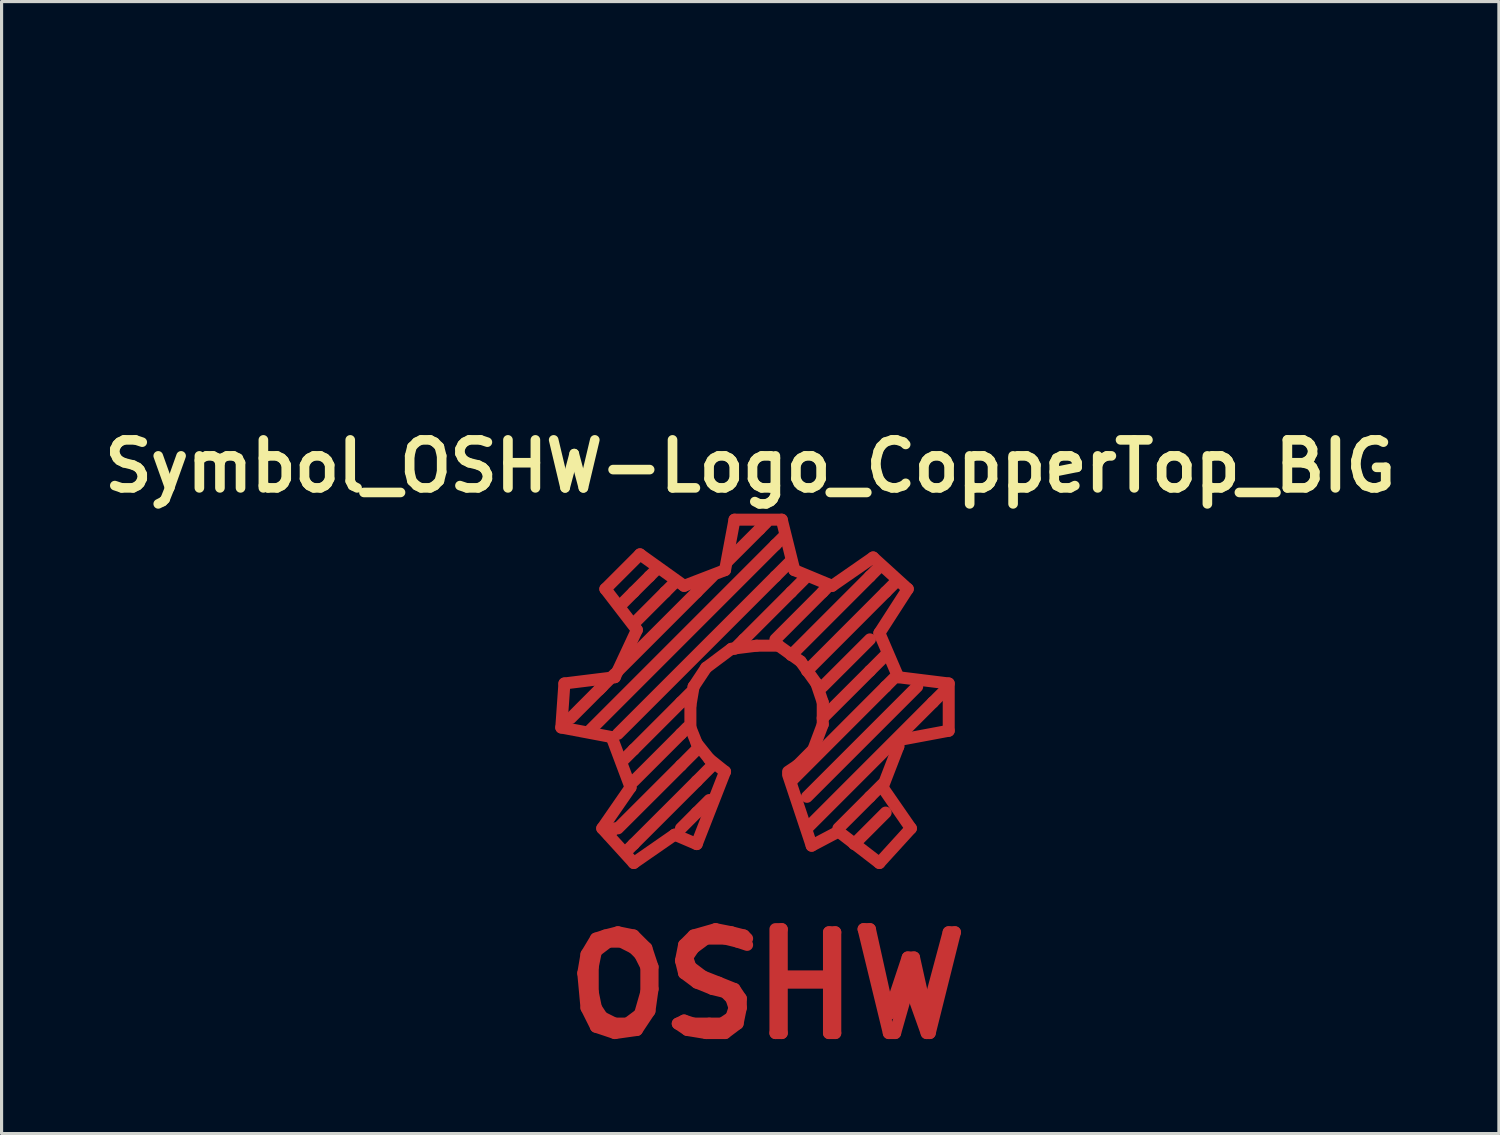
<source format=kicad_pcb>
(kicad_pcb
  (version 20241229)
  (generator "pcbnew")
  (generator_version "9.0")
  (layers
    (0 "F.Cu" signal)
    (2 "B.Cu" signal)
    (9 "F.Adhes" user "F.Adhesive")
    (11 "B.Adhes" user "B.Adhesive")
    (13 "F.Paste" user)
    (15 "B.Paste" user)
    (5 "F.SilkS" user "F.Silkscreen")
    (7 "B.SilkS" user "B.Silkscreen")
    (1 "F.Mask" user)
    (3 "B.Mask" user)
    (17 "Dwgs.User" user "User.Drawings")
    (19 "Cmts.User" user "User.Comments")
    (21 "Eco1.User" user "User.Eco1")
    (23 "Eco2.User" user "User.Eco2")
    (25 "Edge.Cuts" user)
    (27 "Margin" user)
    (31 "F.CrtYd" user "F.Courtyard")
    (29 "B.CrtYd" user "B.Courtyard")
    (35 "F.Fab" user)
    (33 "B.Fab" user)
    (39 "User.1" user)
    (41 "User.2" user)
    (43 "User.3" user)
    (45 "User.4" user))
  (footprint "Symbol_OSHW-Logo_CopperTop_BIG"
    (layer "F.Cu")
    (at 21.07 0.25)
    (property "Reference" "Symbol_OSHW-Logo_CopperTop_BIG" (at -0.3 11.501 0) (layer "F.SilkS") (effects (font (size 1.524 1.524) (thickness 0.305))))
    (attr through_hole)
    (fp_line (start -6.299 19.799) (end -4.699 20.102) (stroke (width 0.381) (type solid)) (layer "F.Cu"))
    (fp_line (start -6.2 18.4) (end -6.299 19.799) (stroke (width 0.381) (type solid)) (layer "F.Cu"))
    (fp_line (start -5.601 27.6) (end -5.499 28.699) (stroke (width 0.381) (type solid)) (layer "F.Cu"))
    (fp_line (start -5.499 27) (end -5.601 27.6) (stroke (width 0.381) (type solid)) (layer "F.Cu"))
    (fp_line (start -5.499 28.699) (end -5.199 29.299) (stroke (width 0.381) (type solid)) (layer "F.Cu"))
    (fp_line (start -5.301 27.399) (end -5.301 28.199) (stroke (width 0.381) (type solid)) (layer "F.Cu"))
    (fp_line (start -5.301 28.199) (end -5.199 28.699) (stroke (width 0.381) (type solid)) (layer "F.Cu"))
    (fp_line (start -5.199 26.5) (end -5.499 27) (stroke (width 0.381) (type solid)) (layer "F.Cu"))
    (fp_line (start -5.199 26.901) (end -5.301 27.399) (stroke (width 0.381) (type solid)) (layer "F.Cu"))
    (fp_line (start -5.199 28.699) (end -5.001 28.999) (stroke (width 0.381) (type solid)) (layer "F.Cu"))
    (fp_line (start -5.199 29.299) (end -4.6 29.5) (stroke (width 0.381) (type solid)) (layer "F.Cu"))
    (fp_line (start -5.1 18.6) (end -4.6 18.1) (stroke (width 0.381) (type solid)) (layer "F.Cu"))
    (fp_line (start -5.001 18.499) (end -5.999 19.5) (stroke (width 0.381) (type solid)) (layer "F.Cu"))
    (fp_line (start -5.001 28.999) (end -4.6 29.2) (stroke (width 0.381) (type solid)) (layer "F.Cu"))
    (fp_line (start -4.999 23) (end -3.998 24.1) (stroke (width 0.381) (type solid)) (layer "F.Cu"))
    (fp_line (start -4.9 15.4) (end -3.899 16.701) (stroke (width 0.381) (type solid)) (layer "F.Cu"))
    (fp_line (start -4.9 26.401) (end -5.199 26.5) (stroke (width 0.381) (type solid)) (layer "F.Cu"))
    (fp_line (start -4.801 26.599) (end -5.199 26.901) (stroke (width 0.381) (type solid)) (layer "F.Cu"))
    (fp_line (start -4.699 20.102) (end -4.1 21.699) (stroke (width 0.381) (type solid)) (layer "F.Cu"))
    (fp_line (start -4.6 18.202) (end -6.2 18.4) (stroke (width 0.381) (type solid)) (layer "F.Cu"))
    (fp_line (start -4.6 23) (end -4.801 23.2) (stroke (width 0.381) (type solid)) (layer "F.Cu"))
    (fp_line (start -4.6 29.2) (end -4.201 29.2) (stroke (width 0.381) (type solid)) (layer "F.Cu"))
    (fp_line (start -4.6 29.5) (end -3.899 29.401) (stroke (width 0.381) (type solid)) (layer "F.Cu"))
    (fp_line (start -4.501 26.299) (end -4.9 26.401) (stroke (width 0.381) (type solid)) (layer "F.Cu"))
    (fp_line (start -4.501 26.599) (end -4.801 26.599) (stroke (width 0.381) (type solid)) (layer "F.Cu"))
    (fp_line (start -4.201 29.2) (end -3.8 28.9) (stroke (width 0.381) (type solid)) (layer "F.Cu"))
    (fp_line (start -4.1 21.699) (end -4.999 23) (stroke (width 0.381) (type solid)) (layer "F.Cu"))
    (fp_line (start -4 15.499) (end -4.399 15.9) (stroke (width 0.381) (type solid)) (layer "F.Cu"))
    (fp_line (start -4 20.5) (end -4.3 20.8) (stroke (width 0.381) (type solid)) (layer "F.Cu"))
    (fp_line (start -4 23.5) (end -4.201 23.701) (stroke (width 0.381) (type solid)) (layer "F.Cu"))
    (fp_line (start -4 26.401) (end -4.501 26.299) (stroke (width 0.381) (type solid)) (layer "F.Cu"))
    (fp_line (start -4 26.8) (end -4.399 26.599) (stroke (width 0.381) (type solid)) (layer "F.Cu"))
    (fp_line (start -3.998 24.1) (end -2.7 23.2) (stroke (width 0.381) (type solid)) (layer "F.Cu"))
    (fp_line (start -3.899 16.701) (end -4.6 18.202) (stroke (width 0.381) (type solid)) (layer "F.Cu"))
    (fp_line (start -3.899 29.401) (end -3.5 28.801) (stroke (width 0.381) (type solid)) (layer "F.Cu"))
    (fp_line (start -3.8 14.3) (end -4.9 15.4) (stroke (width 0.381) (type solid)) (layer "F.Cu"))
    (fp_line (start -3.8 27) (end -4 26.8) (stroke (width 0.381) (type solid)) (layer "F.Cu"))
    (fp_line (start -3.8 28.9) (end -3.599 28.199) (stroke (width 0.381) (type solid)) (layer "F.Cu"))
    (fp_line (start -3.599 26.8) (end -4 26.401) (stroke (width 0.381) (type solid)) (layer "F.Cu"))
    (fp_line (start -3.599 27.399) (end -3.8 27) (stroke (width 0.381) (type solid)) (layer "F.Cu"))
    (fp_line (start -3.599 28.199) (end -3.599 27.399) (stroke (width 0.381) (type solid)) (layer "F.Cu"))
    (fp_line (start -3.5 15.001) (end -4 15.499) (stroke (width 0.381) (type solid)) (layer "F.Cu"))
    (fp_line (start -3.5 15.001) (end -3.299 14.801) (stroke (width 0.381) (type solid)) (layer "F.Cu"))
    (fp_line (start -3.5 28.801) (end -3.401 28.1) (stroke (width 0.381) (type solid)) (layer "F.Cu"))
    (fp_line (start -3.401 27.399) (end -3.599 26.8) (stroke (width 0.381) (type solid)) (layer "F.Cu"))
    (fp_line (start -3.401 28.1) (end -3.401 27.399) (stroke (width 0.381) (type solid)) (layer "F.Cu"))
    (fp_line (start -3 15.499) (end -4 16.5) (stroke (width 0.381) (type solid)) (layer "F.Cu"))
    (fp_line (start -3 15.499) (end -2.7 15.199) (stroke (width 0.381) (type solid)) (layer "F.Cu"))
    (fp_line (start -2.7 23.2) (end -1.999 23.5) (stroke (width 0.381) (type solid)) (layer "F.Cu"))
    (fp_line (start -2.601 29.2) (end -2.301 29.401) (stroke (width 0.381) (type solid)) (layer "F.Cu"))
    (fp_line (start -2.499 18.999) (end -4 20.5) (stroke (width 0.381) (type solid)) (layer "F.Cu"))
    (fp_line (start -2.499 18.999) (end -2.2 18.699) (stroke (width 0.381) (type solid)) (layer "F.Cu"))
    (fp_line (start -2.499 20) (end -4 21.501) (stroke (width 0.381) (type solid)) (layer "F.Cu"))
    (fp_line (start -2.499 20) (end -2.301 19.799) (stroke (width 0.381) (type solid)) (layer "F.Cu"))
    (fp_line (start -2.499 21.001) (end -4.501 23) (stroke (width 0.381) (type solid)) (layer "F.Cu"))
    (fp_line (start -2.499 21.001) (end -1.999 20.5) (stroke (width 0.381) (type solid)) (layer "F.Cu"))
    (fp_line (start -2.499 27.201) (end -2.4 27.6) (stroke (width 0.381) (type solid)) (layer "F.Cu"))
    (fp_line (start -2.4 15.301) (end -3.8 14.3) (stroke (width 0.381) (type solid)) (layer "F.Cu"))
    (fp_line (start -2.4 26.7) (end -2.499 27.201) (stroke (width 0.381) (type solid)) (layer "F.Cu"))
    (fp_line (start -2.4 27.6) (end -1.999 27.899) (stroke (width 0.381) (type solid)) (layer "F.Cu"))
    (fp_line (start -2.4 29.101) (end -2.601 29.2) (stroke (width 0.381) (type solid)) (layer "F.Cu"))
    (fp_line (start -2.301 27.099) (end -2.101 26.8) (stroke (width 0.381) (type solid)) (layer "F.Cu"))
    (fp_line (start -2.301 29.401) (end -1.699 29.5) (stroke (width 0.381) (type solid)) (layer "F.Cu"))
    (fp_line (start -2.2 19.101) (end -2.098 18.501) (stroke (width 0.381) (type solid)) (layer "F.Cu"))
    (fp_line (start -2.2 19.799) (end -2.2 19.101) (stroke (width 0.381) (type solid)) (layer "F.Cu"))
    (fp_line (start -2.2 27.399) (end -2.301 27.099) (stroke (width 0.381) (type solid)) (layer "F.Cu"))
    (fp_line (start -2.101 26.401) (end -2.4 26.7) (stroke (width 0.381) (type solid)) (layer "F.Cu"))
    (fp_line (start -2.101 26.8) (end -1.699 26.5) (stroke (width 0.381) (type solid)) (layer "F.Cu"))
    (fp_line (start -2.101 29.2) (end -2.4 29.101) (stroke (width 0.381) (type solid)) (layer "F.Cu"))
    (fp_line (start -2.098 18.501) (end -1.699 17.899) (stroke (width 0.381) (type solid)) (layer "F.Cu"))
    (fp_line (start -1.999 15.499) (end -4.501 18.001) (stroke (width 0.381) (type solid)) (layer "F.Cu"))
    (fp_line (start -1.999 15.499) (end -1.501 15.001) (stroke (width 0.381) (type solid)) (layer "F.Cu"))
    (fp_line (start -1.999 20.3) (end -2.2 19.799) (stroke (width 0.381) (type solid)) (layer "F.Cu"))
    (fp_line (start -1.999 21.501) (end -4 23.5) (stroke (width 0.381) (type solid)) (layer "F.Cu"))
    (fp_line (start -1.999 21.501) (end -1.501 21.001) (stroke (width 0.381) (type solid)) (layer "F.Cu"))
    (fp_line (start -1.999 22.499) (end -2.499 23) (stroke (width 0.381) (type solid)) (layer "F.Cu"))
    (fp_line (start -1.999 22.499) (end -1.6 22.101) (stroke (width 0.381) (type solid)) (layer "F.Cu"))
    (fp_line (start -1.999 23.5) (end -1.1 21.201) (stroke (width 0.381) (type solid)) (layer "F.Cu"))
    (fp_line (start -1.999 27.899) (end -1.501 28.1) (stroke (width 0.381) (type solid)) (layer "F.Cu"))
    (fp_line (start -1.801 27.701) (end -2.2 27.399) (stroke (width 0.381) (type solid)) (layer "F.Cu"))
    (fp_line (start -1.699 17.899) (end -0.899 17.3) (stroke (width 0.381) (type solid)) (layer "F.Cu"))
    (fp_line (start -1.699 26.5) (end -1.1 26.5) (stroke (width 0.381) (type solid)) (layer "F.Cu"))
    (fp_line (start -1.699 29.5) (end -1.1 29.5) (stroke (width 0.381) (type solid)) (layer "F.Cu"))
    (fp_line (start -1.6 20.8) (end -1.999 20.3) (stroke (width 0.381) (type solid)) (layer "F.Cu"))
    (fp_line (start -1.6 29.2) (end -2.101 29.2) (stroke (width 0.381) (type solid)) (layer "F.Cu"))
    (fp_line (start -1.501 28.1) (end -1.1 28.199) (stroke (width 0.381) (type solid)) (layer "F.Cu"))
    (fp_line (start -1.4 26.2) (end -2.101 26.401) (stroke (width 0.381) (type solid)) (layer "F.Cu"))
    (fp_line (start -1.3 27.899) (end -1.801 27.701) (stroke (width 0.381) (type solid)) (layer "F.Cu"))
    (fp_line (start -1.199 29.2) (end -1.6 29.2) (stroke (width 0.381) (type solid)) (layer "F.Cu"))
    (fp_line (start -1.1 14.801) (end -2.4 15.301) (stroke (width 0.381) (type solid)) (layer "F.Cu"))
    (fp_line (start -1.1 21.201) (end -1.6 20.8) (stroke (width 0.381) (type solid)) (layer "F.Cu"))
    (fp_line (start -1.1 26.5) (end -0.701 26.599) (stroke (width 0.381) (type solid)) (layer "F.Cu"))
    (fp_line (start -1.1 28.199) (end -0.899 28.4) (stroke (width 0.381) (type solid)) (layer "F.Cu"))
    (fp_line (start -1.1 29.5) (end -0.701 29.2) (stroke (width 0.381) (type solid)) (layer "F.Cu"))
    (fp_line (start -0.899 17.3) (end -0.099 17.201) (stroke (width 0.381) (type solid)) (layer "F.Cu"))
    (fp_line (start -0.899 26.299) (end -1.4 26.2) (stroke (width 0.381) (type solid)) (layer "F.Cu"))
    (fp_line (start -0.899 28.4) (end -0.8 28.699) (stroke (width 0.381) (type solid)) (layer "F.Cu"))
    (fp_line (start -0.899 28.999) (end -1.199 29.2) (stroke (width 0.381) (type solid)) (layer "F.Cu"))
    (fp_line (start -0.8 13.2) (end -1.1 14.801) (stroke (width 0.381) (type solid)) (layer "F.Cu"))
    (fp_line (start -0.8 28.1) (end -1.3 27.899) (stroke (width 0.381) (type solid)) (layer "F.Cu"))
    (fp_line (start -0.8 28.699) (end -0.899 28.999) (stroke (width 0.381) (type solid)) (layer "F.Cu"))
    (fp_line (start -0.701 26.599) (end -0.399 26.7) (stroke (width 0.381) (type solid)) (layer "F.Cu"))
    (fp_line (start -0.701 29.2) (end -0.599 28.699) (stroke (width 0.381) (type solid)) (layer "F.Cu"))
    (fp_line (start -0.599 28.4) (end -0.8 28.1) (stroke (width 0.381) (type solid)) (layer "F.Cu"))
    (fp_line (start -0.599 28.699) (end -0.599 28.4) (stroke (width 0.381) (type solid)) (layer "F.Cu"))
    (fp_line (start -0.5 17) (end -0.8 17.3) (stroke (width 0.381) (type solid)) (layer "F.Cu"))
    (fp_line (start -0.5 26.401) (end -0.899 26.299) (stroke (width 0.381) (type solid)) (layer "F.Cu"))
    (fp_line (start -0.399 26.5) (end -0.5 26.401) (stroke (width 0.381) (type solid)) (layer "F.Cu"))
    (fp_line (start -0.099 17.201) (end 0.602 17.201) (stroke (width 0.381) (type solid)) (layer "F.Cu"))
    (fp_line (start 0 13.5) (end -1.001 14.501) (stroke (width 0.381) (type solid)) (layer "F.Cu"))
    (fp_line (start 0 13.5) (end 0.201 13.299) (stroke (width 0.381) (type solid)) (layer "F.Cu"))
    (fp_line (start 0.5 14) (end -5.4 19.901) (stroke (width 0.381) (type solid)) (layer "F.Cu"))
    (fp_line (start 0.5 14) (end 0.8 13.701) (stroke (width 0.381) (type solid)) (layer "F.Cu"))
    (fp_line (start 0.5 15.001) (end -4.501 20) (stroke (width 0.381) (type solid)) (layer "F.Cu"))
    (fp_line (start 0.5 15.001) (end 1.001 14.501) (stroke (width 0.381) (type solid)) (layer "F.Cu"))
    (fp_line (start 0.5 26.2) (end 0.5 29.5) (stroke (width 0.381) (type solid)) (layer "F.Cu"))
    (fp_line (start 0.5 29.5) (end 0.701 29.5) (stroke (width 0.381) (type solid)) (layer "F.Cu"))
    (fp_line (start 0.599 27.701) (end 2.101 27.701) (stroke (width 0.381) (type solid)) (layer "F.Cu"))
    (fp_line (start 0.602 17.201) (end 1.3 17.701) (stroke (width 0.381) (type solid)) (layer "F.Cu"))
    (fp_line (start 0.701 13.2) (end -0.8 13.2) (stroke (width 0.381) (type solid)) (layer "F.Cu"))
    (fp_line (start 0.701 26.2) (end 0.599 26.2) (stroke (width 0.381) (type solid)) (layer "F.Cu"))
    (fp_line (start 0.701 29.5) (end 0.701 26.2) (stroke (width 0.381) (type solid)) (layer "F.Cu"))
    (fp_line (start 0.902 21.3) (end 1.651 23.551) (stroke (width 0.381) (type solid)) (layer "F.Cu"))
    (fp_line (start 1.001 15.499) (end -0.5 17) (stroke (width 0.381) (type solid)) (layer "F.Cu"))
    (fp_line (start 1.001 15.499) (end 1.4 15.1) (stroke (width 0.381) (type solid)) (layer "F.Cu"))
    (fp_line (start 1.1 14.801) (end 0.701 13.2) (stroke (width 0.381) (type solid)) (layer "F.Cu"))
    (fp_line (start 1.201 21.001) (end 0.902 21.201) (stroke (width 0.381) (type solid)) (layer "F.Cu"))
    (fp_line (start 1.3 17.701) (end 1.801 18.4) (stroke (width 0.381) (type solid)) (layer "F.Cu"))
    (fp_line (start 1.651 23.551) (end 2.502 23.101) (stroke (width 0.381) (type solid)) (layer "F.Cu"))
    (fp_line (start 1.702 20.5) (end 1.201 21.001) (stroke (width 0.381) (type solid)) (layer "F.Cu"))
    (fp_line (start 1.801 18.4) (end 2.002 18.999) (stroke (width 0.381) (type solid)) (layer "F.Cu"))
    (fp_line (start 1.999 15.499) (end 0.5 17) (stroke (width 0.381) (type solid)) (layer "F.Cu"))
    (fp_line (start 1.999 15.499) (end 2.101 15.4) (stroke (width 0.381) (type solid)) (layer "F.Cu"))
    (fp_line (start 2.002 18.999) (end 2.002 19.7) (stroke (width 0.381) (type solid)) (layer "F.Cu"))
    (fp_line (start 2.002 19.7) (end 1.702 20.5) (stroke (width 0.381) (type solid)) (layer "F.Cu"))
    (fp_line (start 2.101 27.701) (end 2.101 27.899) (stroke (width 0.381) (type solid)) (layer "F.Cu"))
    (fp_line (start 2.101 27.899) (end 0.701 27.899) (stroke (width 0.381) (type solid)) (layer "F.Cu"))
    (fp_line (start 2.2 26.299) (end 2.2 29.5) (stroke (width 0.381) (type solid)) (layer "F.Cu"))
    (fp_line (start 2.2 29.5) (end 2.4 29.5) (stroke (width 0.381) (type solid)) (layer "F.Cu"))
    (fp_line (start 2.301 15.301) (end 1.1 14.801) (stroke (width 0.381) (type solid)) (layer "F.Cu"))
    (fp_line (start 2.4 26.299) (end 2.2 26.299) (stroke (width 0.381) (type solid)) (layer "F.Cu"))
    (fp_line (start 2.4 29.5) (end 2.4 26.299) (stroke (width 0.381) (type solid)) (layer "F.Cu"))
    (fp_line (start 2.502 23.101) (end 3.8 24.1) (stroke (width 0.381) (type solid)) (layer "F.Cu"))
    (fp_line (start 3.299 26.2) (end 4.1 29.5) (stroke (width 0.381) (type solid)) (layer "F.Cu"))
    (fp_line (start 3.5 15.001) (end 1.001 17.501) (stroke (width 0.381) (type solid)) (layer "F.Cu"))
    (fp_line (start 3.5 15.001) (end 3.8 14.699) (stroke (width 0.381) (type solid)) (layer "F.Cu"))
    (fp_line (start 3.5 17) (end 1.999 18.499) (stroke (width 0.381) (type solid)) (layer "F.Cu"))
    (fp_line (start 3.5 18.001) (end 1.999 19.5) (stroke (width 0.381) (type solid)) (layer "F.Cu"))
    (fp_line (start 3.5 18.001) (end 4 17.501) (stroke (width 0.381) (type solid)) (layer "F.Cu"))
    (fp_line (start 3.5 21.999) (end 2.499 23) (stroke (width 0.381) (type solid)) (layer "F.Cu"))
    (fp_line (start 3.5 21.999) (end 3.899 21.6) (stroke (width 0.381) (type solid)) (layer "F.Cu"))
    (fp_line (start 3.5 26.2) (end 3.299 26.2) (stroke (width 0.381) (type solid)) (layer "F.Cu"))
    (fp_line (start 3.602 14.399) (end 2.301 15.301) (stroke (width 0.381) (type solid)) (layer "F.Cu"))
    (fp_line (start 3.8 16.8) (end 4.702 15.4) (stroke (width 0.381) (type solid)) (layer "F.Cu"))
    (fp_line (start 3.8 24.1) (end 4.801 23) (stroke (width 0.381) (type solid)) (layer "F.Cu"))
    (fp_line (start 3.901 21.699) (end 4.402 20.401) (stroke (width 0.381) (type solid)) (layer "F.Cu"))
    (fp_line (start 4 15.499) (end 1.501 18.001) (stroke (width 0.381) (type solid)) (layer "F.Cu"))
    (fp_line (start 4 15.499) (end 4.3 15.199) (stroke (width 0.381) (type solid)) (layer "F.Cu"))
    (fp_line (start 4 18.499) (end 1.001 21.501) (stroke (width 0.381) (type solid)) (layer "F.Cu"))
    (fp_line (start 4 18.499) (end 4.3 18.199) (stroke (width 0.381) (type solid)) (layer "F.Cu"))
    (fp_line (start 4 22.499) (end 3 23.5) (stroke (width 0.381) (type solid)) (layer "F.Cu"))
    (fp_line (start 4.1 28.9) (end 3.5 26.2) (stroke (width 0.381) (type solid)) (layer "F.Cu"))
    (fp_line (start 4.1 29.5) (end 4.3 29.5) (stroke (width 0.381) (type solid)) (layer "F.Cu"))
    (fp_line (start 4.3 29.5) (end 4.699 28.1) (stroke (width 0.381) (type solid)) (layer "F.Cu"))
    (fp_line (start 4.402 18.202) (end 3.8 16.8) (stroke (width 0.381) (type solid)) (layer "F.Cu"))
    (fp_line (start 4.402 20.201) (end 6.002 19.901) (stroke (width 0.381) (type solid)) (layer "F.Cu"))
    (fp_line (start 4.402 20.401) (end 4.402 20.201) (stroke (width 0.381) (type solid)) (layer "F.Cu"))
    (fp_line (start 4.699 27.099) (end 4.1 28.9) (stroke (width 0.381) (type solid)) (layer "F.Cu"))
    (fp_line (start 4.699 28.1) (end 4.801 28.1) (stroke (width 0.381) (type solid)) (layer "F.Cu"))
    (fp_line (start 4.702 15.4) (end 3.602 14.399) (stroke (width 0.381) (type solid)) (layer "F.Cu"))
    (fp_line (start 4.801 23) (end 3.901 21.699) (stroke (width 0.381) (type solid)) (layer "F.Cu"))
    (fp_line (start 4.801 27.3) (end 4.801 27.899) (stroke (width 0.381) (type solid)) (layer "F.Cu"))
    (fp_line (start 4.801 28.1) (end 5.301 29.5) (stroke (width 0.381) (type solid)) (layer "F.Cu"))
    (fp_line (start 4.9 27.099) (end 4.699 27.099) (stroke (width 0.381) (type solid)) (layer "F.Cu"))
    (fp_line (start 5.001 18.499) (end 1.501 21.999) (stroke (width 0.381) (type solid)) (layer "F.Cu"))
    (fp_line (start 5.301 28.9) (end 4.9 27.099) (stroke (width 0.381) (type solid)) (layer "F.Cu"))
    (fp_line (start 5.301 29.5) (end 5.4 29.5) (stroke (width 0.381) (type solid)) (layer "F.Cu"))
    (fp_line (start 5.4 29.5) (end 6.2 26.299) (stroke (width 0.381) (type solid)) (layer "F.Cu"))
    (fp_line (start 5.499 18.999) (end 1.501 23) (stroke (width 0.381) (type solid)) (layer "F.Cu"))
    (fp_line (start 5.499 18.999) (end 5.9 18.6) (stroke (width 0.381) (type solid)) (layer "F.Cu"))
    (fp_line (start 5.999 26.299) (end 5.301 28.9) (stroke (width 0.381) (type solid)) (layer "F.Cu"))
    (fp_line (start 6.002 18.4) (end 4.402 18.202) (stroke (width 0.381) (type solid)) (layer "F.Cu"))
    (fp_line (start 6.002 19.901) (end 6.002 18.4) (stroke (width 0.381) (type solid)) (layer "F.Cu"))
    (fp_line (start 6.2 26.299) (end 5.999 26.299) (stroke (width 0.381) (type solid)) (layer "F.Cu")))
  (gr_rect
    (start -3 -3)
    (end 44.54 32.94)
    (stroke (width 0.1) (type default))
    (fill no)
    (layer "Edge.Cuts")))
</source>
